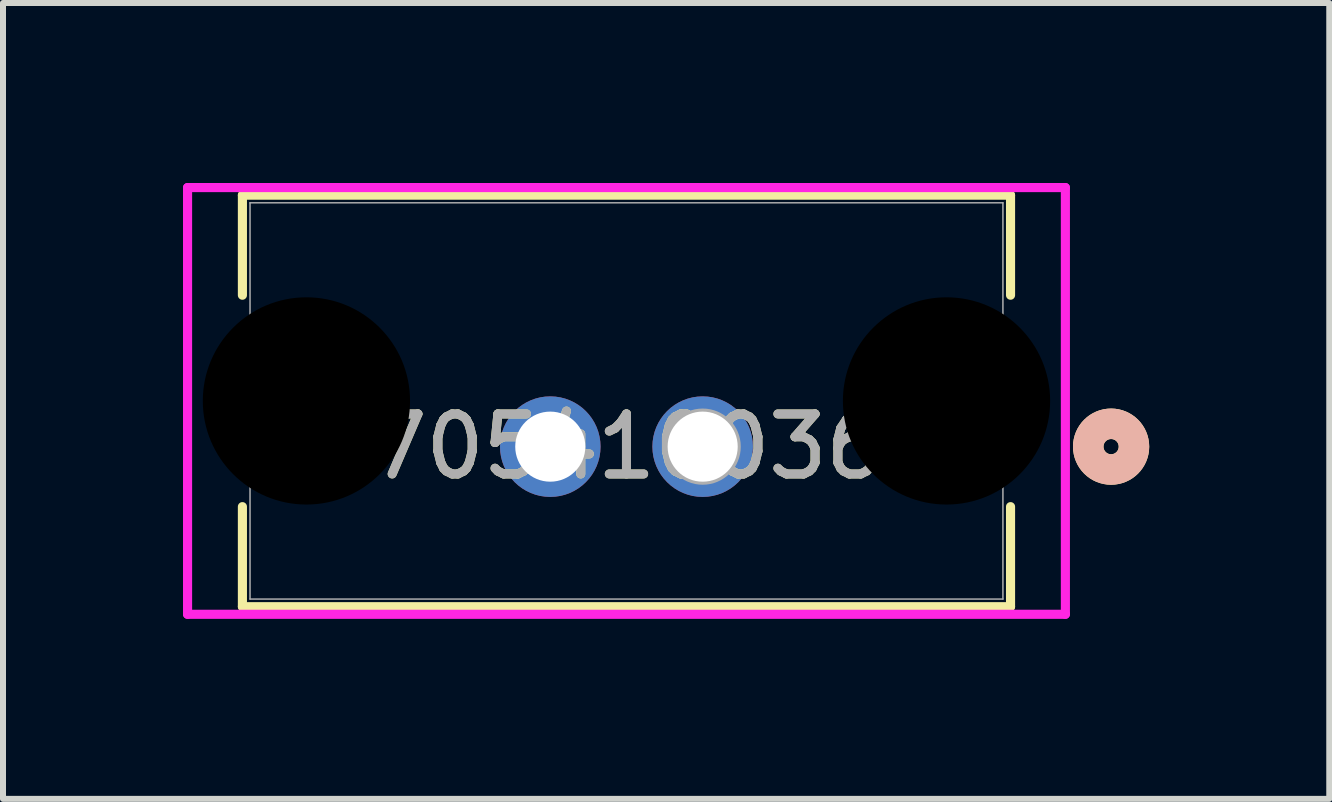
<source format=kicad_pcb>
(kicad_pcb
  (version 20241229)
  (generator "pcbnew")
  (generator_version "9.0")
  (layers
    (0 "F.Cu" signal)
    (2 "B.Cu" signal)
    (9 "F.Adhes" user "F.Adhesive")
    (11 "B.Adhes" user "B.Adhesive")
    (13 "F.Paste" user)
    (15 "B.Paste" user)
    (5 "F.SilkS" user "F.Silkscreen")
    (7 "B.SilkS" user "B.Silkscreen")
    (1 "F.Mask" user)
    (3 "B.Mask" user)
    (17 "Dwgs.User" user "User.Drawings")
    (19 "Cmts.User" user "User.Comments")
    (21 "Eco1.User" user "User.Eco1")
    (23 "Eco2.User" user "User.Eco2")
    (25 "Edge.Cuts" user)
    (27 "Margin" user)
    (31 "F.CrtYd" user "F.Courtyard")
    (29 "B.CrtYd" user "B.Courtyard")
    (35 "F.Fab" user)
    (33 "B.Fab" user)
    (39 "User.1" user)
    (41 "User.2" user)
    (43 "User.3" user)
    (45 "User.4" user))
  (footprint "705410036"
    (layer "F.Cu")
    (at 8.661 4.394)
    (property "Reference" "705410036" (at -1.27 0 0) (unlocked yes) (layer "F.SilkS") (effects (font (size 1 1) (thickness 0.15))))
    (attr through_hole)
    (fp_line (start -7.671 -4.191) (end -7.671 -2.524) (stroke (width 0.152) (type solid)) (layer "F.SilkS"))
    (fp_line (start -7.671 1) (end -7.671 2.667) (stroke (width 0.152) (type solid)) (layer "F.SilkS"))
    (fp_line (start -7.671 2.667) (end 5.131 2.667) (stroke (width 0.152) (type solid)) (layer "F.SilkS"))
    (fp_line (start 5.131 -4.191) (end -7.671 -4.191) (stroke (width 0.152) (type solid)) (layer "F.SilkS"))
    (fp_line (start 5.131 -2.524) (end 5.131 -4.191) (stroke (width 0.152) (type solid)) (layer "F.SilkS"))
    (fp_line (start 5.131 2.667) (end 5.131 1) (stroke (width 0.152) (type solid)) (layer "F.SilkS"))
    (fp_circle (center 6.807 0) (end 7.188 0) (stroke (width 0.508) (type solid)) (fill no) (layer "F.SilkS"))
    (fp_circle (center 6.807 0) (end 7.188 0) (stroke (width 0.508) (type solid)) (fill no) (layer "B.SilkS"))
    (fp_line (start -8.585 -4.318) (end -8.585 2.794) (stroke (width 0.152) (type solid)) (layer "F.CrtYd"))
    (fp_line (start -8.585 2.794) (end 6.045 2.794) (stroke (width 0.152) (type solid)) (layer "F.CrtYd"))
    (fp_line (start 6.045 -4.318) (end -8.585 -4.318) (stroke (width 0.152) (type solid)) (layer "F.CrtYd"))
    (fp_line (start 6.045 2.794) (end 6.045 -4.318) (stroke (width 0.152) (type solid)) (layer "F.CrtYd"))
    (fp_line (start -7.544 -4.064) (end -7.544 2.54) (stroke (width 0.025) (type solid)) (layer "F.Fab"))
    (fp_line (start -7.544 2.54) (end 5.004 2.54) (stroke (width 0.025) (type solid)) (layer "F.Fab"))
    (fp_line (start 5.004 -4.064) (end -7.544 -4.064) (stroke (width 0.025) (type solid)) (layer "F.Fab"))
    (fp_line (start 5.004 2.54) (end 5.004 -4.064) (stroke (width 0.025) (type solid)) (layer "F.Fab"))
    (fp_circle (center 0 0) (end 0.381 0) (stroke (width 0.508) (type solid)) (fill no) (layer "F.Fab"))
    (fp_text user "${REFERENCE}" (at -1.27 0 0) (unlocked yes) (layer "F.Fab") (effects (font (size 1 1) (thickness 0.15))))
    (pad "" np_thru_hole circle (at -6.604 -0.762) (size 3.454 3.454) (drill 3.454) (layers))
    (pad "" np_thru_hole circle (at 4.064 -0.762) (size 3.454 3.454) (drill 3.454) (layers))
    (pad "1" thru_hole circle (at 0 0) (size 1.676 1.676) (drill 1.168) (layers "*.Cu" "*.Mask"))
    (pad "2" thru_hole circle (at -2.54 0) (size 1.676 1.676) (drill 1.168) (layers "*.Cu" "*.Mask")))
  (gr_rect
    (start -3 -3)
    (end 19.104 10.264)
    (stroke (width 0.1) (type default))
    (fill no)
    (layer "Edge.Cuts")))
</source>
